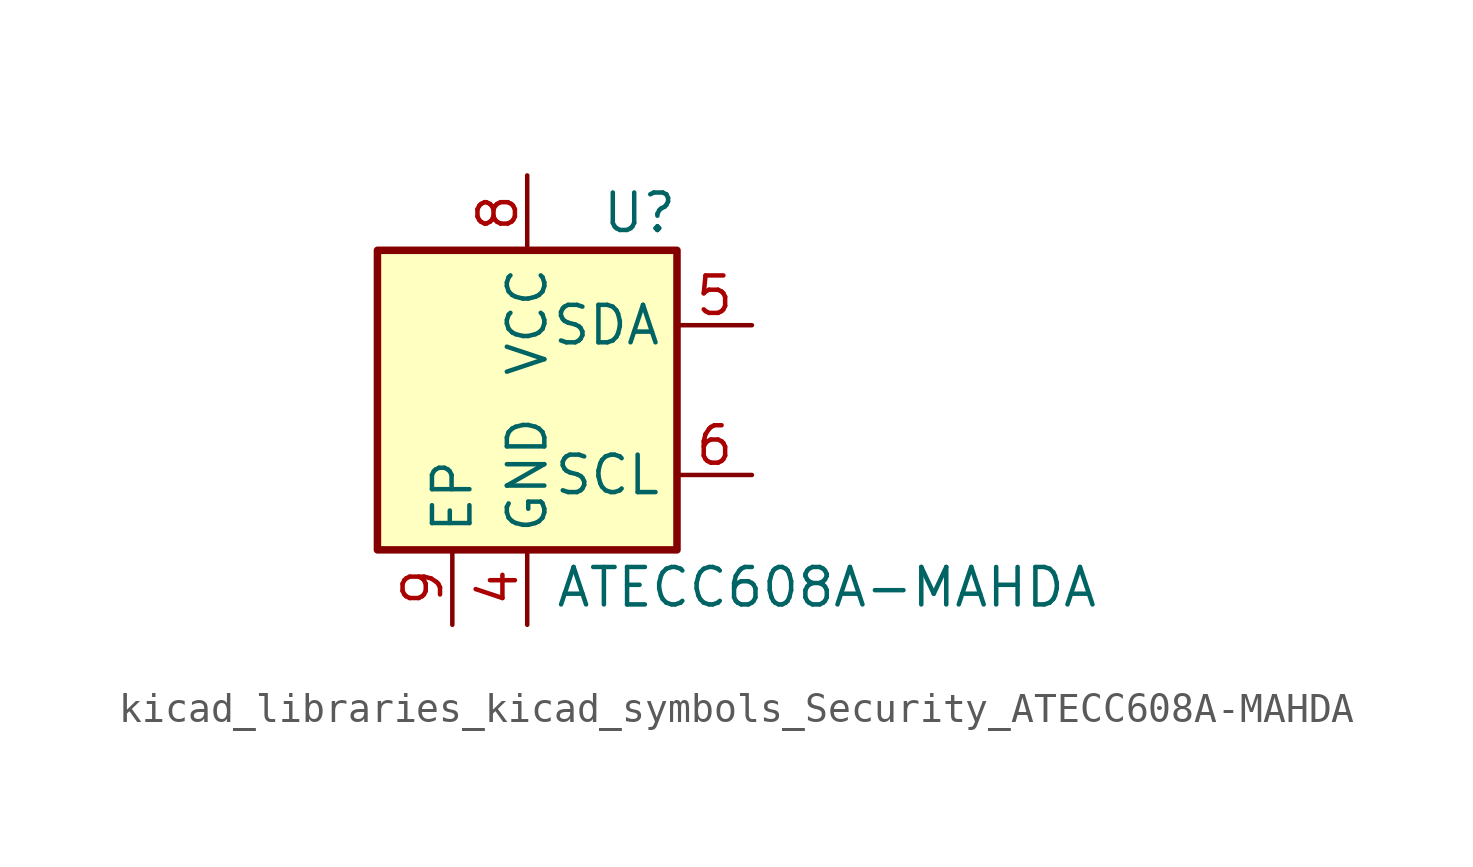
<source format=kicad_sym>
(kicad_symbol_lib
  (version 20220914)
  (generator kicad_symbol_editor)
  (symbol "kicad_libraries_kicad_symbols_Security_ATECC608A-MAHDA"
    (property "Reference" "U"
      (at 3.81 6.35 0)
      (effects (font (size 1.27 1.27))))
    (property "Value" "ATECC608A-MAHDA"
      (at 10.16 -6.35 0)
      (effects (font (size 1.27 1.27))))
    (symbol "kicad_libraries_kicad_symbols_Security_ATECC608A-MAHDA_0_1"
      (rectangle (start -5.08 5.08) (end 5.08 -5.08) (stroke (width 0.254) (type default)) (fill (type background))))
    (symbol "kicad_libraries_kicad_symbols_Security_ATECC608A-MAHDA_1_1"
      (pin no_connect line (at -5.08 2.54 0) (length 2.54) hide (name "NC" (effects (font (size 1.27 1.27)))) (number "1" (effects (font (size 1.27 1.27)))))
      (pin no_connect line (at -5.08 0 0) (length 2.54) hide (name "NC" (effects (font (size 1.27 1.27)))) (number "2" (effects (font (size 1.27 1.27)))))
      (pin no_connect line (at -5.08 -2.54 0) (length 2.54) hide (name "NC" (effects (font (size 1.27 1.27)))) (number "3" (effects (font (size 1.27 1.27)))))
      (pin power_in line (at 0 -7.62 90) (length 2.54) (name "GND" (effects (font (size 1.27 1.27)))) (number "4" (effects (font (size 1.27 1.27)))))
      (pin bidirectional line (at 7.62 2.54 180) (length 2.54) (name "SDA" (effects (font (size 1.27 1.27)))) (number "5" (effects (font (size 1.27 1.27)))))
      (pin input line (at 7.62 -2.54 180) (length 2.54) (name "SCL" (effects (font (size 1.27 1.27)))) (number "6" (effects (font (size 1.27 1.27)))))
      (pin no_connect line (at 5.08 0 180) (length 2.54) hide (name "NC" (effects (font (size 1.27 1.27)))) (number "7" (effects (font (size 1.27 1.27)))))
      (pin power_in line (at 0 7.62 270) (length 2.54) (name "VCC" (effects (font (size 1.27 1.27)))) (number "8" (effects (font (size 1.27 1.27)))))
      (pin input line (at -2.54 -7.62 90) (length 2.54) (name "EP" (effects (font (size 1.27 1.27)))) (number "9" (effects (font (size 1.27 1.27))))))))
</source>
